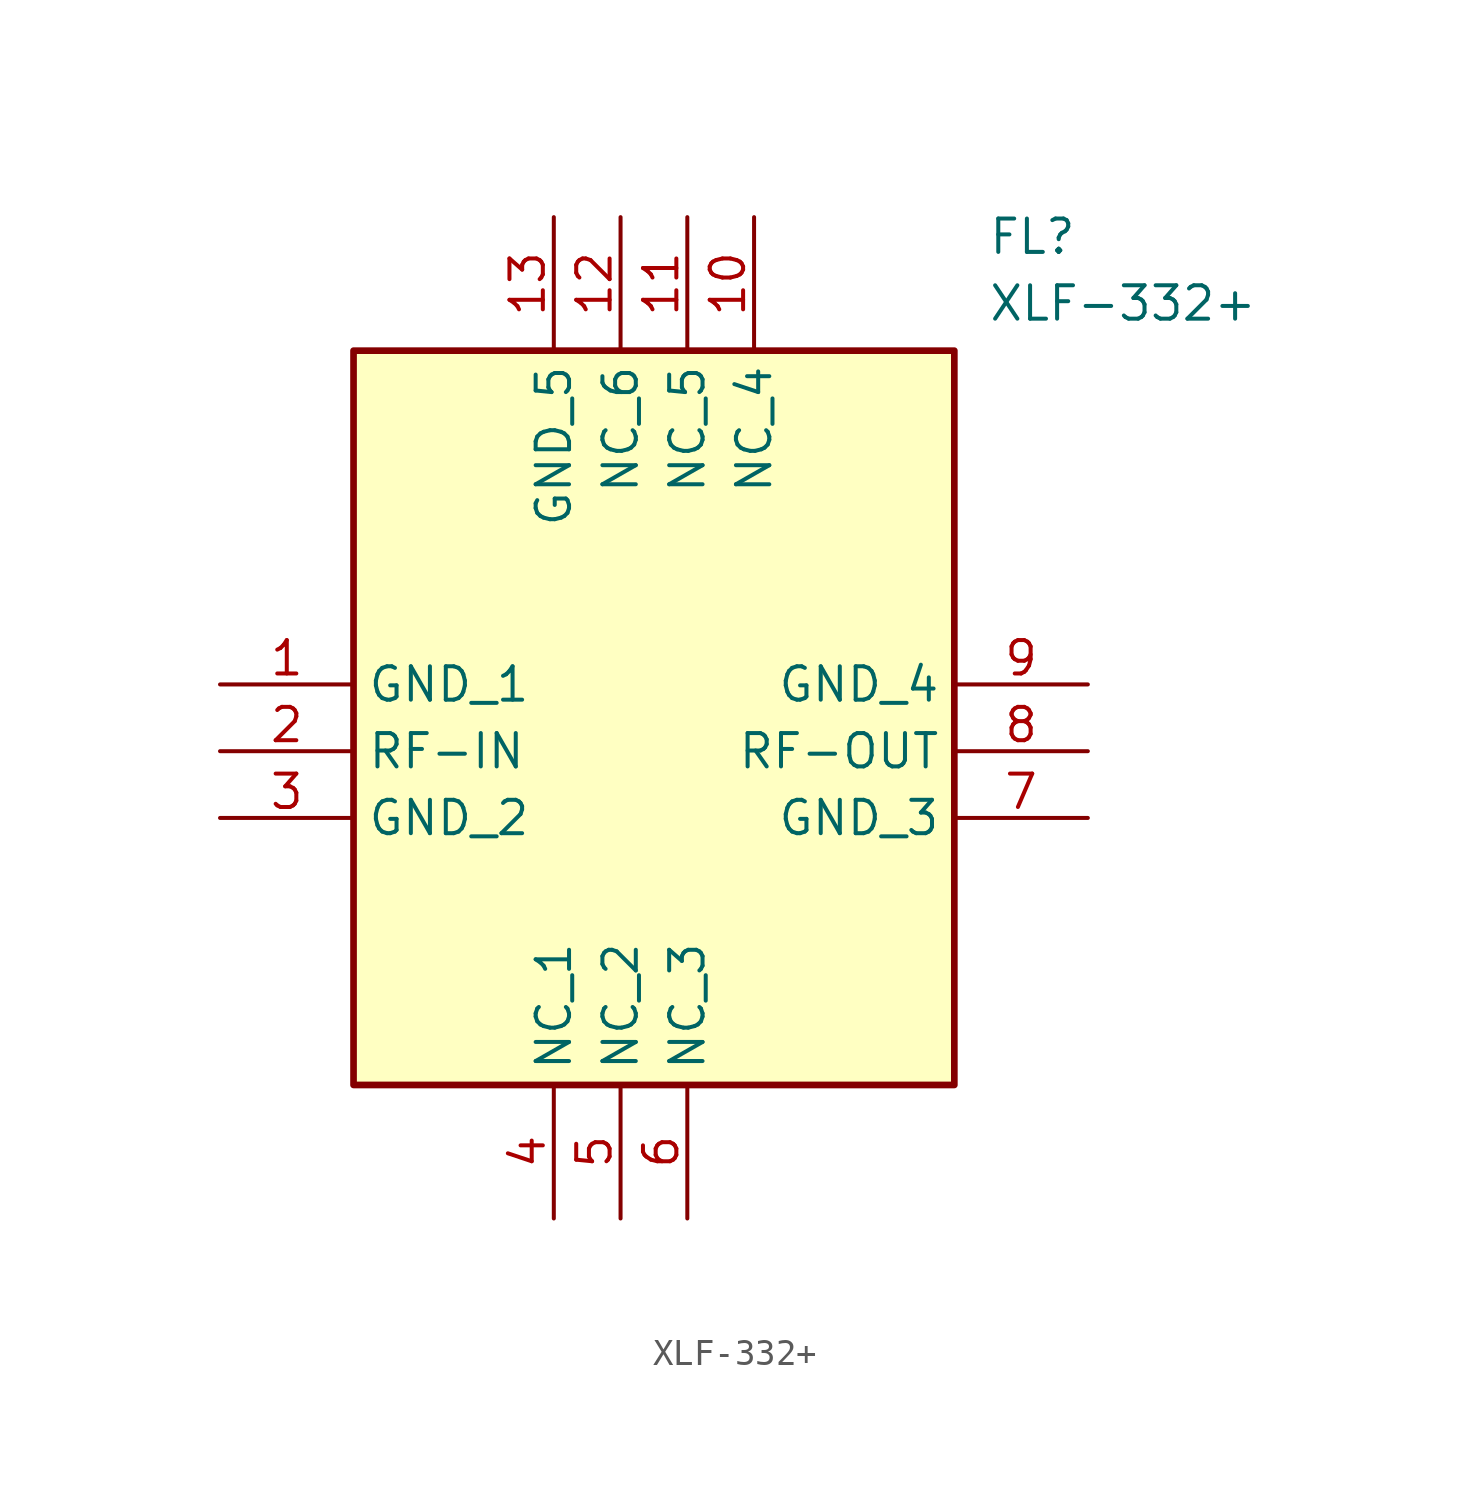
<source format=kicad_sym>
(kicad_symbol_lib
  (version 20211014)
  (generator SamacSys_ECAD_Model)
  (symbol "XLF-332+"
    (property "Reference" "FL"
      (at 29.21 17.78 0)
      (effects (font (size 1.27 1.27)) (justify left top)))
    (property "Value" "XLF-332+"
      (at 29.21 15.24 0)
      (effects (font (size 1.27 1.27)) (justify left top)))
    (rectangle
      (start 5.08 12.7)
      (end 27.94 -15.24)
      (stroke (width 0.254) (type default))
      (fill (type background)))
    (pin passive line
      (at 0 0 0)
      (length 5.08)
      (name "GND_1" (effects (font (size 1.27 1.27))))
      (number "1" (effects (font (size 1.27 1.27)))))
    (pin passive line
      (at 0 -2.54 0)
      (length 5.08)
      (name "RF-IN" (effects (font (size 1.27 1.27))))
      (number "2" (effects (font (size 1.27 1.27)))))
    (pin passive line
      (at 0 -5.08 0)
      (length 5.08)
      (name "GND_2" (effects (font (size 1.27 1.27))))
      (number "3" (effects (font (size 1.27 1.27)))))
    (pin passive line
      (at 12.7 -20.32 90)
      (length 5.08)
      (name "NC_1" (effects (font (size 1.27 1.27))))
      (number "4" (effects (font (size 1.27 1.27)))))
    (pin passive line
      (at 15.24 -20.32 90)
      (length 5.08)
      (name "NC_2" (effects (font (size 1.27 1.27))))
      (number "5" (effects (font (size 1.27 1.27)))))
    (pin passive line
      (at 17.78 -20.32 90)
      (length 5.08)
      (name "NC_3" (effects (font (size 1.27 1.27))))
      (number "6" (effects (font (size 1.27 1.27)))))
    (pin passive line
      (at 33.02 0 180)
      (length 5.08)
      (name "GND_4" (effects (font (size 1.27 1.27))))
      (number "9" (effects (font (size 1.27 1.27)))))
    (pin passive line
      (at 33.02 -2.54 180)
      (length 5.08)
      (name "RF-OUT" (effects (font (size 1.27 1.27))))
      (number "8" (effects (font (size 1.27 1.27)))))
    (pin passive line
      (at 33.02 -5.08 180)
      (length 5.08)
      (name "GND_3" (effects (font (size 1.27 1.27))))
      (number "7" (effects (font (size 1.27 1.27)))))
    (pin passive line
      (at 12.7 17.78 270)
      (length 5.08)
      (name "GND_5" (effects (font (size 1.27 1.27))))
      (number "13" (effects (font (size 1.27 1.27)))))
    (pin passive line
      (at 15.24 17.78 270)
      (length 5.08)
      (name "NC_6" (effects (font (size 1.27 1.27))))
      (number "12" (effects (font (size 1.27 1.27)))))
    (pin passive line
      (at 17.78 17.78 270)
      (length 5.08)
      (name "NC_5" (effects (font (size 1.27 1.27))))
      (number "11" (effects (font (size 1.27 1.27)))))
    (pin passive line
      (at 20.32 17.78 270)
      (length 5.08)
      (name "NC_4" (effects (font (size 1.27 1.27))))
      (number "10" (effects (font (size 1.27 1.27)))))))
</source>
